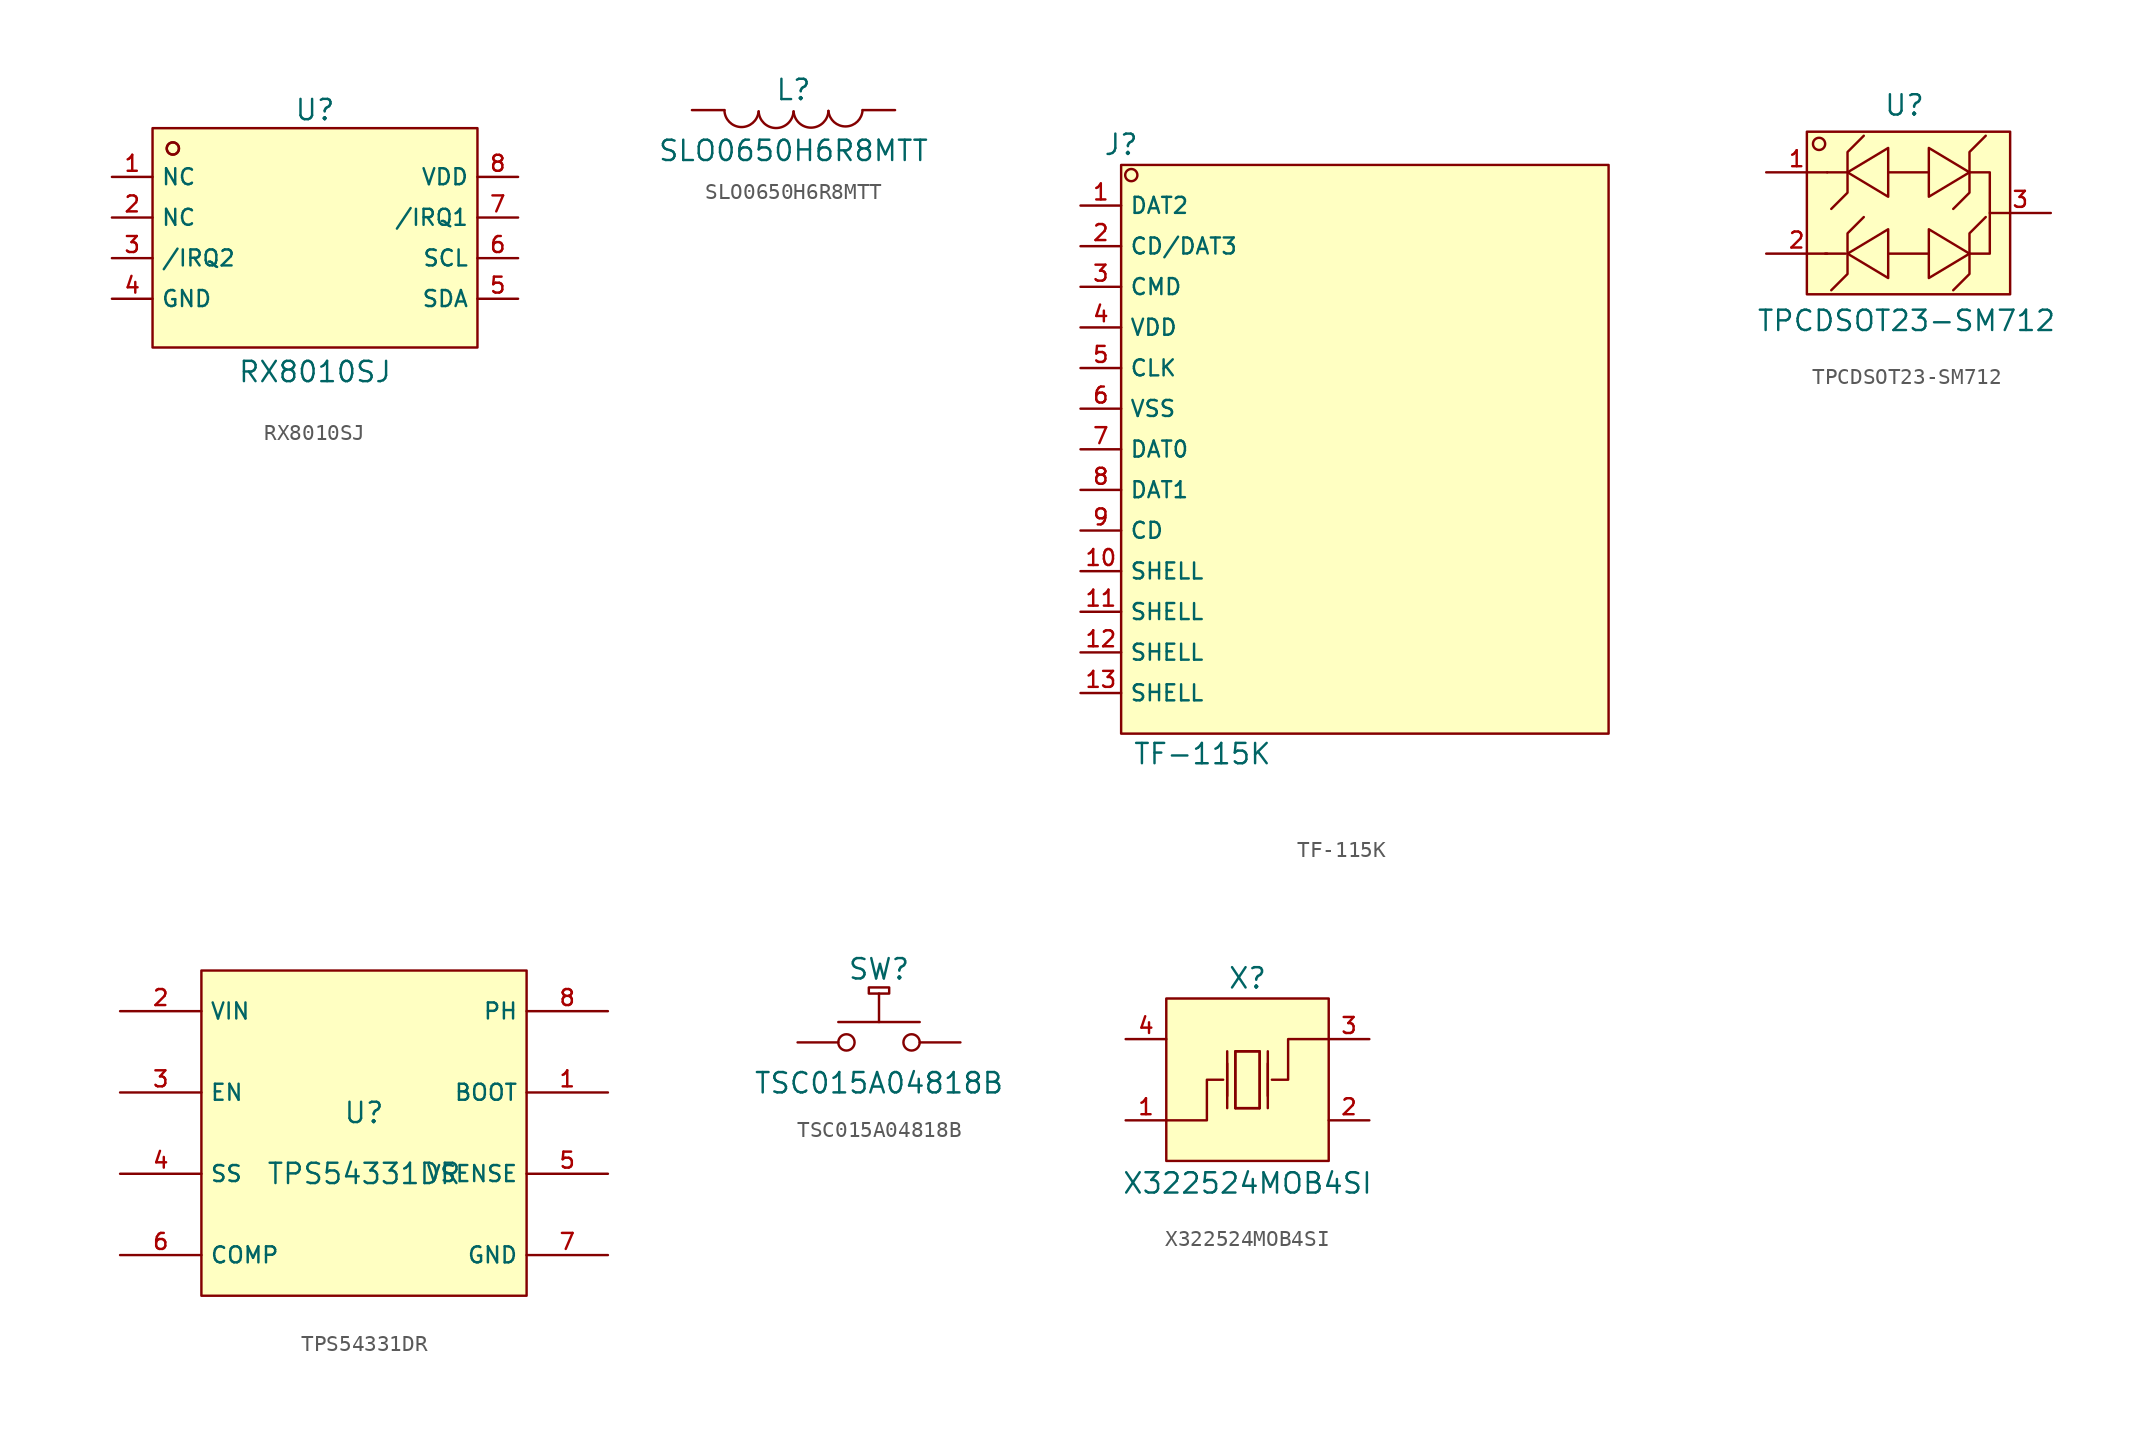
<source format=kicad_sym>
(kicad_symbol_lib
  (version 20241209)
  (generator "kicad_symbol_editor")
  (generator_version "9.0")
  (symbol "RX8010SJ"
    (property "Reference" "U"
      (at 0 8.001 0)
      (effects (font (size 1.27 1.27))))
    (property "Value" "RX8010SJ"
      (at 0 -8.382 0)
      (effects (font (size 1.27 1.27))))
    (symbol "RX8010SJ_0_1"
      (rectangle (start -10.16 6.858) (end 10.16 -6.858) (stroke (width 0) (type default)) (fill (type background)))
      (circle (center -8.89 5.588) (radius 0.381) (stroke (width 0) (type default)) (fill (type background)))
      (circle (center -8.89 5.588) (radius 0.381) (stroke (width 0) (type default)) (fill (type background)))
      (pin unspecified line (at -12.7 3.81 0) (length 2.54) (name "NC" (effects (font (size 1 1)))) (number "1" (effects (font (size 1 1)))))
      (pin unspecified line (at -12.7 1.27 0) (length 2.54) (name "NC" (effects (font (size 1 1)))) (number "2" (effects (font (size 1 1)))))
      (pin unspecified line (at -12.7 -1.27 0) (length 2.54) (name "/IRQ2" (effects (font (size 1 1)))) (number "3" (effects (font (size 1 1)))))
      (pin unspecified line (at -12.7 -3.81 0) (length 2.54) (name "GND" (effects (font (size 1 1)))) (number "4" (effects (font (size 1 1)))))
      (pin unspecified line (at 12.7 3.81 180) (length 2.54) (name "VDD" (effects (font (size 1 1)))) (number "8" (effects (font (size 1 1)))))
      (pin unspecified line (at 12.7 1.27 180) (length 2.54) (name "/IRQ1" (effects (font (size 1 1)))) (number "7" (effects (font (size 1 1)))))
      (pin unspecified line (at 12.7 -1.27 180) (length 2.54) (name "SCL" (effects (font (size 1 1)))) (number "6" (effects (font (size 1 1)))))
      (pin unspecified line (at 12.7 -3.81 180) (length 2.54) (name "SDA" (effects (font (size 1 1)))) (number "5" (effects (font (size 1 1)))))))
  (symbol "SLO0650H6R8MTT"
    (pin_numbers
      (hide yes))
    (pin_names
      (hide yes))
    (property "Reference" "L"
      (at 0 1.27 0)
      (effects (font (size 1.27 1.27))))
    (property "Value" "SLO0650H6R8MTT"
      (at 0 -2.54 0)
      (effects (font (size 1.27 1.27))))
    (symbol "SLO0650H6R8MTT_0_1"
      (arc (start -2.1844 -0.1016) (mid -3.2992 -1.0575) (end -4.318 0) (stroke (width 0) (type default)) (fill (type none)))
      (arc (start 0 -0.1016) (mid -1.1033 -1.1209) (end -2.1792 -0.0726) (stroke (width 0) (type default)) (fill (type none)))
      (arc (start 2.1844 -0.0508) (mid 1.1051 -1.0967) (end 0.0052 -0.0726) (stroke (width 0) (type default)) (fill (type none)))
      (arc (start 4.318 0) (mid 3.275 -1.0217) (end 2.1844 -0.0508) (stroke (width 0) (type default)) (fill (type none))))
    (symbol "SLO0650H6R8MTT_1_1"
      (pin unspecified line (at -6.35 0 0) (length 2.032) (name "1" (effects (font (size 1 1)))) (number "1" (effects (font (size 1 1)))))
      (pin unspecified line (at 6.35 0 180) (length 2.032) (name "2" (effects (font (size 1 1)))) (number "2" (effects (font (size 1 1)))))))
  (symbol "TF-115K"
    (property "Reference" "J"
      (at -13.97 19.05 0)
      (effects (font (size 1.27 1.27))))
    (property "Value" "TF-115K"
      (at -8.89 -19.05 0)
      (effects (font (size 1.27 1.27))))
    (symbol "TF-115K_0_1"
      (rectangle (start -13.97 17.78) (end 16.51 -17.78) (stroke (width 0) (type default)) (fill (type background)))
      (circle (center -13.335 17.145) (radius 0.381) (stroke (width 0) (type default)) (fill (type background)))
      (pin unspecified line (at -16.51 15.24 0) (length 2.54) (name "DAT2" (effects (font (size 1 1)))) (number "1" (effects (font (size 1 1)))))
      (pin unspecified line (at -16.51 12.7 0) (length 2.54) (name "CD/DAT3" (effects (font (size 1 1)))) (number "2" (effects (font (size 1 1)))))
      (pin unspecified line (at -16.51 10.16 0) (length 2.54) (name "CMD" (effects (font (size 1 1)))) (number "3" (effects (font (size 1 1)))))
      (pin unspecified line (at -16.51 7.62 0) (length 2.54) (name "VDD" (effects (font (size 1 1)))) (number "4" (effects (font (size 1 1)))))
      (pin unspecified line (at -16.51 5.08 0) (length 2.54) (name "CLK" (effects (font (size 1 1)))) (number "5" (effects (font (size 1 1)))))
      (pin unspecified line (at -16.51 2.54 0) (length 2.54) (name "VSS" (effects (font (size 1 1)))) (number "6" (effects (font (size 1 1)))))
      (pin unspecified line (at -16.51 0 0) (length 2.54) (name "DAT0" (effects (font (size 1 1)))) (number "7" (effects (font (size 1 1)))))
      (pin unspecified line (at -16.51 -2.54 0) (length 2.54) (name "DAT1" (effects (font (size 1 1)))) (number "8" (effects (font (size 1 1)))))
      (pin unspecified line (at -16.51 -5.08 0) (length 2.54) (name "CD" (effects (font (size 1 1)))) (number "9" (effects (font (size 1 1)))))
      (pin unspecified line (at -16.51 -7.62 0) (length 2.54) (name "SHELL" (effects (font (size 1 1)))) (number "10" (effects (font (size 1 1)))))
      (pin unspecified line (at -16.51 -10.16 0) (length 2.54) (name "SHELL" (effects (font (size 1 1)))) (number "11" (effects (font (size 1 1)))))
      (pin unspecified line (at -16.51 -12.7 0) (length 2.54) (name "SHELL" (effects (font (size 1 1)))) (number "12" (effects (font (size 1 1)))))
      (pin unspecified line (at -16.51 -15.24 0) (length 2.54) (name "SHELL" (effects (font (size 1 1)))) (number "13" (effects (font (size 1 1)))))))
  (symbol "TPCDSOT23-SM712"
    (pin_names
      (hide yes))
    (property "Reference" "U"
      (at 0 6.731 0)
      (effects (font (size 1.27 1.27))))
    (property "Value" "TPCDSOT23-SM712"
      (at 0.127 -6.731 0)
      (effects (font (size 1.27 1.27))))
    (symbol "TPCDSOT23-SM712_0_1"
      (rectangle (start -6.096 5.08) (end 6.604 -5.08) (stroke (width 0) (type default)) (fill (type background)))
      (circle (center -5.334 4.318) (radius 0.381) (stroke (width 0) (type default)) (fill (type background)))
      (polyline (pts (xy -4.572 0.254) (xy -3.556 1.27) (xy -3.556 3.81) (xy -2.54 4.826)) (stroke (width 0) (type default)) (fill (type none)))
      (polyline (pts (xy -4.572 -4.826) (xy -3.556 -3.81) (xy -3.556 -1.27) (xy -2.54 -0.254)) (stroke (width 0) (type default)) (fill (type none)))
      (polyline (pts (xy -3.683 -2.54) (xy -4.953 -2.54)) (stroke (width 0) (type default)) (fill (type none)))
      (polyline (pts (xy -3.556 2.54) (xy -4.826 2.54)) (stroke (width 0) (type default)) (fill (type none)))
      (polyline (pts (xy -1.016 4.064) (xy -3.556 2.54) (xy -1.016 1.016) (xy -1.016 4.064)) (stroke (width 0) (type default)) (fill (type background)))
      (polyline (pts (xy -1.016 -1.016) (xy -3.556 -2.54) (xy -1.016 -4.064) (xy -1.016 -1.016)) (stroke (width 0) (type default)) (fill (type background)))
      (polyline (pts (xy 1.524 2.54) (xy -1.016 2.54)) (stroke (width 0) (type default)) (fill (type none)))
      (polyline (pts (xy 1.524 1.016) (xy 4.064 2.54) (xy 1.524 4.064) (xy 1.524 1.016)) (stroke (width 0) (type default)) (fill (type background)))
      (polyline (pts (xy 1.524 -2.54) (xy -1.016 -2.54)) (stroke (width 0) (type default)) (fill (type none)))
      (polyline (pts (xy 1.524 -4.064) (xy 4.064 -2.54) (xy 1.524 -1.016) (xy 1.524 -4.064)) (stroke (width 0) (type default)) (fill (type background)))
      (polyline (pts (xy 4.064 2.54) (xy 5.334 2.54) (xy 5.334 -2.54) (xy 4.064 -2.54)) (stroke (width 0) (type default)) (fill (type none)))
      (polyline (pts (xy 5.08 4.826) (xy 4.064 3.81) (xy 4.064 1.27) (xy 3.048 0.254)) (stroke (width 0) (type default)) (fill (type none)))
      (polyline (pts (xy 5.08 -0.254) (xy 4.064 -1.27) (xy 4.064 -3.81) (xy 3.048 -4.826)) (stroke (width 0) (type default)) (fill (type none)))
      (pin unspecified line (at -8.636 2.54 0) (length 3.81) (name "1" (effects (font (size 1 1)))) (number "1" (effects (font (size 1 1)))))
      (pin unspecified line (at -8.636 -2.54 0) (length 3.81) (name "2" (effects (font (size 1 1)))) (number "2" (effects (font (size 1 1)))))
      (pin unspecified line (at 9.144 0 180) (length 3.81) (name "3" (effects (font (size 1 1)))) (number "3" (effects (font (size 1 1)))))))
  (symbol "TPS54331DR"
    (property "Reference" "U"
      (at 0 1.27 0)
      (effects (font (size 1.27 1.27))))
    (property "Value" "TPS54331DR"
      (at 0 -2.54 0)
      (effects (font (size 1.27 1.27))))
    (symbol "TPS54331DR_0_1"
      (rectangle (start -10.16 10.16) (end 10.16 -10.16) (stroke (width 0) (type default)) (fill (type background)))
      (pin power_in line (at -15.24 7.62 0) (length 5.08) (name "VIN" (effects (font (size 1 1)))) (number "2" (effects (font (size 1 1)))))
      (pin unspecified line (at -15.24 2.54 0) (length 5.08) (name "EN" (effects (font (size 1 1)))) (number "3" (effects (font (size 1 1)))))
      (pin unspecified line (at -15.24 -2.54 0) (length 5.08) (name "SS" (effects (font (size 1 1)))) (number "4" (effects (font (size 1 1)))))
      (pin unspecified line (at -15.24 -7.62 0) (length 5.08) (name "COMP" (effects (font (size 1 1)))) (number "6" (effects (font (size 1 1)))))
      (pin power_in line (at 15.24 7.62 180) (length 5.08) (name "PH" (effects (font (size 1 1)))) (number "8" (effects (font (size 1 1)))))
      (pin unspecified line (at 15.24 2.54 180) (length 5.08) (name "BOOT" (effects (font (size 1 1)))) (number "1" (effects (font (size 1 1)))))
      (pin unspecified line (at 15.24 -2.54 180) (length 5.08) (name "VSENSE" (effects (font (size 1 1)))) (number "5" (effects (font (size 1 1)))))
      (pin power_in line (at 15.24 -7.62 180) (length 5.08) (name "GND" (effects (font (size 1 1)))) (number "7" (effects (font (size 1 1)))))))
  (symbol "TSC015A04818B"
    (pin_numbers
      (hide yes))
    (pin_names
      (hide yes))
    (property "Reference" "SW"
      (at 0 2.54 0)
      (effects (font (size 1.27 1.27))))
    (property "Value" "TSC015A04818B"
      (at 0 -4.572 0)
      (effects (font (size 1.27 1.27))))
    (symbol "TSC015A04818B_0_1"
      (circle (center -2.032 -2.032) (radius 0.508) (stroke (width 0) (type default)) (fill (type none)))
      (polyline (pts (xy -0.635 1.397) (xy -0.635 1.143) (xy -0.635 1.016) (xy 0.127 1.016) (xy 0.635 1.016) (xy 0.635 1.397) (xy -0.635 1.397)) (stroke (width 0) (type default)) (fill (type none)))
      (polyline (pts (xy 0 -0.762) (xy 0 1.016)) (stroke (width 0) (type default)) (fill (type none)))
      (circle (center 2.032 -2.032) (radius 0.508) (stroke (width 0) (type default)) (fill (type none)))
      (polyline (pts (xy 2.54 -0.762) (xy -2.54 -0.762)) (stroke (width 0) (type default)) (fill (type none)))
      (pin passive line (at -5.08 -2.032 0) (length 2.54) (name "1" (effects (font (size 1.27 1.27)))) (number "1" (effects (font (size 1.27 1.27))))))
    (symbol "TSC015A04818B_1_1"
      (pin passive line (at 5.08 -2.032 180) (length 2.54) (name "3" (effects (font (size 1.27 1.27)))) (number "3" (effects (font (size 1.27 1.27)))))))
  (symbol "X322524MOB4SI"
    (pin_names
      (hide yes))
    (property "Reference" "X"
      (at 0 6.35 0)
      (effects (font (size 1.27 1.27))))
    (property "Value" "X322524MOB4SI"
      (at 0 -6.477 0)
      (effects (font (size 1.27 1.27))))
    (symbol "X322524MOB4SI_0_1"
      (rectangle (start -5.08 5.08) (end 5.08 -5.08) (stroke (width 0) (type default)) (fill (type background)))
      (polyline (pts (xy -5.08 -2.54) (xy -2.54 -2.54) (xy -2.54 0) (xy -1.524 0)) (stroke (width 0) (type default)) (fill (type none)))
      (polyline (pts (xy -1.27 -1.016) (xy -1.27 1.016)) (stroke (width 0) (type default)) (fill (type none)))
      (polyline (pts (xy -1.27 -1.778) (xy -1.27 1.778)) (stroke (width 0) (type default)) (fill (type none)))
      (polyline (pts (xy -0.762 -1.778) (xy -0.762 1.778) (xy 0.762 1.778) (xy 0.762 -1.778)) (stroke (width 0) (type default)) (fill (type none)))
      (polyline (pts (xy 0.762 1.778) (xy 0.762 -1.778) (xy -0.762 -1.778) (xy -0.762 1.778) (xy 0.762 1.778)) (stroke (width 0) (type default)) (fill (type none)))
      (polyline (pts (xy 0.762 -1.778) (xy -0.762 -1.778)) (stroke (width 0) (type default)) (fill (type none)))
      (polyline (pts (xy 1.27 -1.016) (xy 1.27 1.016)) (stroke (width 0) (type default)) (fill (type none)))
      (polyline (pts (xy 1.27 -1.778) (xy 1.27 1.778)) (stroke (width 0) (type default)) (fill (type none)))
      (polyline (pts (xy 5.08 2.54) (xy 2.54 2.54) (xy 2.54 0) (xy 1.524 0)) (stroke (width 0) (type default)) (fill (type none)))
      (pin unspecified line (at -7.62 2.54 0) (length 2.54) (name "GND" (effects (font (size 1 1)))) (number "4" (effects (font (size 1 1)))))
      (pin unspecified line (at -7.62 -2.54 0) (length 2.54) (name "OSC1" (effects (font (size 1 1)))) (number "1" (effects (font (size 1 1)))))
      (pin unspecified line (at 7.62 2.54 180) (length 2.54) (name "OSC2" (effects (font (size 1 1)))) (number "3" (effects (font (size 1 1)))))
      (pin unspecified line (at 7.62 -2.54 180) (length 2.54) (name "GND" (effects (font (size 1 1)))) (number "2" (effects (font (size 1 1))))))))
</source>
